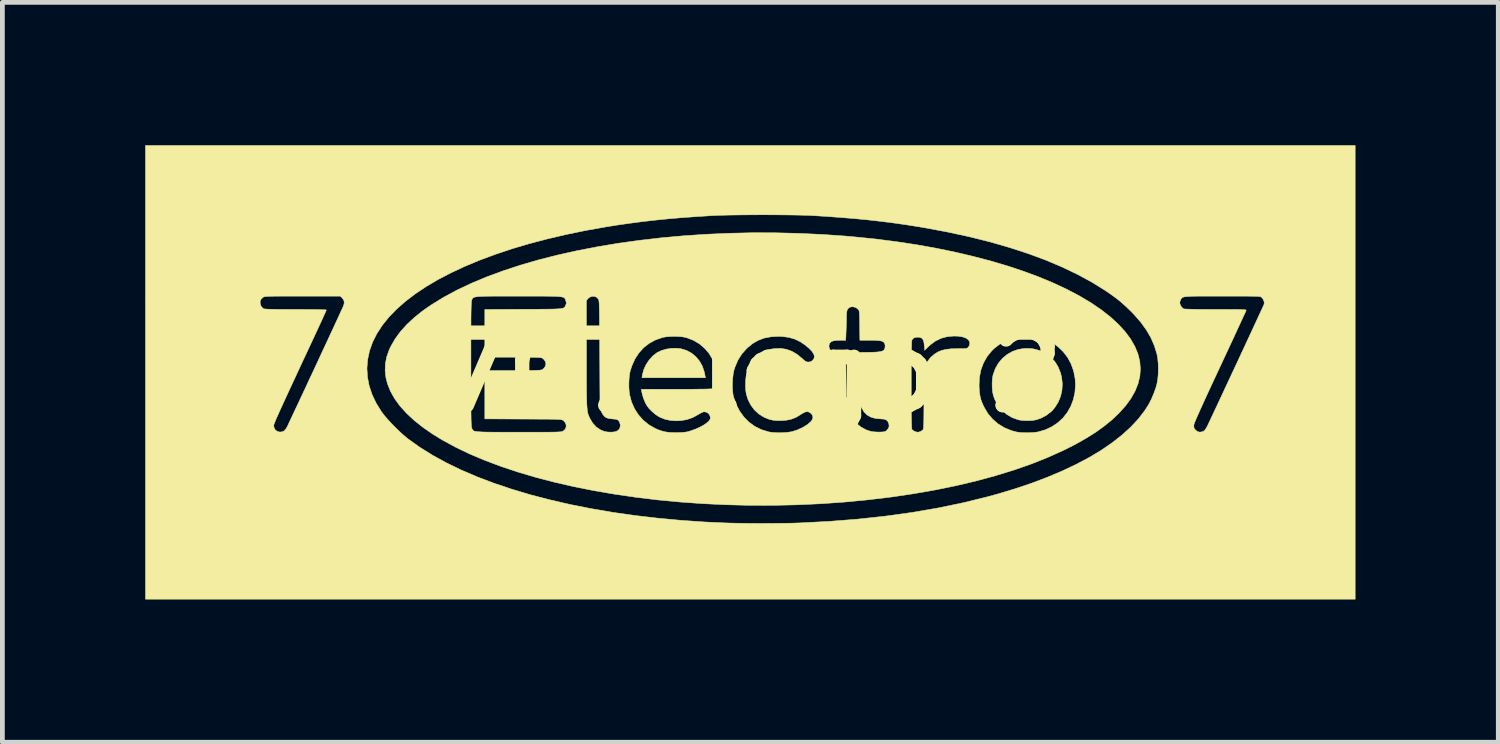
<source format=kicad_pcb>
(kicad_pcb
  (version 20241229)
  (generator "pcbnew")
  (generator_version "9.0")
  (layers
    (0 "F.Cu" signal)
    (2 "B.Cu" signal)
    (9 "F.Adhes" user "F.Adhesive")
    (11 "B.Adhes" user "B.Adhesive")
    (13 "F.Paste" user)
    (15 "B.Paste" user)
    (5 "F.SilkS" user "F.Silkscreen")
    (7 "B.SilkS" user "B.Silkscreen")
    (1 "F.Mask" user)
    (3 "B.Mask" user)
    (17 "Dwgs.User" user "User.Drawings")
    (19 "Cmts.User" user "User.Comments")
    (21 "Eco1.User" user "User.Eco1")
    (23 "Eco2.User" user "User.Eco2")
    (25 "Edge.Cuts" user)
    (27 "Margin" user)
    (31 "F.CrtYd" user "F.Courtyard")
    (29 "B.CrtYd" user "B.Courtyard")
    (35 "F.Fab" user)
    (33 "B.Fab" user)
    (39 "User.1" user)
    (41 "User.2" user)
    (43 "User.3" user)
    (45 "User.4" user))
  (footprint "707 logo 2"
    (layer "F.Cu")
    (at 12.705 4.768)
    (property "Reference" "707 logo 2" (at 0 0 0) (layer "F.SilkS") (effects (font (size 1.524 1.524) (thickness 0.3))))
    (attr through_hole)
    (fp_poly (pts (xy -1.458 -0.496) (xy -1.342 -0.461) (xy -1.237 -0.405) (xy -1.145 -0.329) (xy -1.067 -0.236) (xy -1.007 -0.128) (xy -0.967 -0.008) (xy -0.96 0.025) (xy -0.943 0.114) (xy -2.276 0.114) (xy -2.267 0.055) (xy -2.24 -0.052) (xy -2.191 -0.158) (xy -2.126 -0.257) (xy -2.048 -0.344) (xy -1.96 -0.413) (xy -1.954 -0.417) (xy -1.868 -0.457) (xy -1.767 -0.487) (xy -1.658 -0.504) (xy -1.549 -0.506) (xy -1.458 -0.496)) (stroke (width 0.01) (type solid)) (fill yes) (layer "F.SilkS"))
    (fp_poly (pts (xy 5.891 -0.5) (xy 5.953 -0.491) (xy 6.084 -0.455) (xy 6.202 -0.398) (xy 6.305 -0.322) (xy 6.393 -0.227) (xy 6.462 -0.116) (xy 6.513 0.011) (xy 6.536 0.103) (xy 6.551 0.242) (xy 6.543 0.377) (xy 6.514 0.506) (xy 6.465 0.625) (xy 6.397 0.733) (xy 6.313 0.827) (xy 6.212 0.905) (xy 6.097 0.965) (xy 6.001 0.997) (xy 5.932 1.009) (xy 5.849 1.014) (xy 5.762 1.013) (xy 5.68 1.006) (xy 5.626 0.996) (xy 5.498 0.95) (xy 5.383 0.882) (xy 5.283 0.796) (xy 5.199 0.693) (xy 5.135 0.575) (xy 5.102 0.484) (xy 5.086 0.405) (xy 5.078 0.312) (xy 5.077 0.215) (xy 5.084 0.122) (xy 5.097 0.052) (xy 5.144 -0.078) (xy 5.21 -0.194) (xy 5.293 -0.293) (xy 5.392 -0.375) (xy 5.503 -0.438) (xy 5.624 -0.481) (xy 5.754 -0.502) (xy 5.891 -0.5)) (stroke (width 0.01) (type solid)) (fill yes) (layer "F.SilkS"))
    (fp_poly (pts (xy 12.7 4.763) (xy -12.7 4.763) (xy -12.7 -1.488) (xy -10.293 -1.488) (xy -10.29 -1.433) (xy -10.279 -1.402) (xy -10.256 -1.367) (xy -10.23 -1.341) (xy -10.223 -1.337) (xy -10.209 -1.333) (xy -10.183 -1.33) (xy -10.142 -1.327) (xy -10.085 -1.325) (xy -10.01 -1.324) (xy -9.917 -1.322) (xy -9.802 -1.322) (xy -9.665 -1.321) (xy -9.547 -1.321) (xy -9.399 -1.321) (xy -9.267 -1.32) (xy -9.154 -1.319) (xy -9.06 -1.317) (xy -8.987 -1.315) (xy -8.935 -1.313) (xy -8.908 -1.311) (xy -8.903 -1.309) (xy -8.908 -1.295) (xy -8.923 -1.261) (xy -8.947 -1.208) (xy -8.978 -1.139) (xy -9.016 -1.055) (xy -9.06 -0.96) (xy -9.109 -0.855) (xy -9.161 -0.742) (xy -9.177 -0.709) (xy -9.288 -0.47) (xy -9.39 -0.253) (xy -9.481 -0.057) (xy -9.563 0.12) (xy -9.636 0.277) (xy -9.701 0.417) (xy -9.758 0.541) (xy -9.808 0.649) (xy -9.85 0.742) (xy -9.887 0.822) (xy -9.917 0.89) (xy -9.943 0.947) (xy -9.963 0.994) (xy -9.978 1.031) (xy -9.99 1.061) (xy -9.999 1.084) (xy -10.004 1.1) (xy -10.007 1.112) (xy -10.008 1.121) (xy -10.008 1.121) (xy -9.997 1.175) (xy -9.967 1.217) (xy -9.924 1.244) (xy -9.873 1.254) (xy -9.82 1.245) (xy -9.796 1.233) (xy -9.761 1.2) (xy -9.728 1.148) (xy -9.721 1.135) (xy -9.684 1.055) (xy -9.639 0.959) (xy -9.588 0.851) (xy -9.531 0.73) (xy -9.47 0.6) (xy -9.405 0.461) (xy -9.337 0.317) (xy -9.268 0.167) (xy -9.197 0.015) (xy -9.149 -0.086) (xy -8.05 -0.086) (xy -8.039 0.098) (xy -8.004 0.281) (xy -7.944 0.463) (xy -7.858 0.644) (xy -7.749 0.821) (xy -7.737 0.838) (xy -7.685 0.906) (xy -7.618 0.984) (xy -7.54 1.069) (xy -7.455 1.156) (xy -7.369 1.24) (xy -7.285 1.316) (xy -7.208 1.381) (xy -7.188 1.397) (xy -6.943 1.572) (xy -6.675 1.739) (xy -6.384 1.899) (xy -6.072 2.05) (xy -5.739 2.193) (xy -5.386 2.327) (xy -5.014 2.452) (xy -4.624 2.569) (xy -4.216 2.675) (xy -3.793 2.773) (xy -3.354 2.86) (xy -2.901 2.938) (xy -2.433 3.005) (xy -1.954 3.061) (xy -1.462 3.107) (xy -0.959 3.142) (xy -0.546 3.161) (xy -0.423 3.165) (xy -0.28 3.168) (xy -0.122 3.171) (xy 0.046 3.172) (xy 0.22 3.173) (xy 0.395 3.172) (xy 0.565 3.171) (xy 0.726 3.169) (xy 0.873 3.167) (xy 1 3.163) (xy 1.029 3.162) (xy 1.647 3.13) (xy 2.248 3.083) (xy 2.831 3.02) (xy 3.395 2.942) (xy 3.941 2.848) (xy 4.466 2.739) (xy 4.972 2.615) (xy 5.181 2.558) (xy 5.554 2.446) (xy 5.908 2.327) (xy 6.243 2.2) (xy 6.557 2.067) (xy 6.85 1.928) (xy 7.123 1.783) (xy 7.374 1.632) (xy 7.602 1.475) (xy 7.808 1.313) (xy 7.99 1.147) (xy 8.149 0.976) (xy 8.284 0.8) (xy 8.36 0.681) (xy 8.417 0.572) (xy 8.47 0.449) (xy 8.515 0.324) (xy 8.537 0.245) (xy 8.554 0.154) (xy 8.564 0.046) (xy 8.567 -0.07) (xy 8.564 -0.186) (xy 8.554 -0.293) (xy 8.537 -0.385) (xy 8.537 -0.385) (xy 8.483 -0.56) (xy 8.41 -0.728) (xy 8.315 -0.891) (xy 8.199 -1.052) (xy 8.059 -1.212) (xy 7.996 -1.277) (xy 7.9 -1.37) (xy 7.81 -1.452) (xy 7.803 -1.458) (xy 9.017 -1.458) (xy 9.027 -1.418) (xy 9.05 -1.377) (xy 9.082 -1.344) (xy 9.1 -1.333) (xy 9.12 -1.33) (xy 9.164 -1.328) (xy 9.23 -1.326) (xy 9.316 -1.324) (xy 9.42 -1.322) (xy 9.541 -1.321) (xy 9.676 -1.321) (xy 9.775 -1.321) (xy 9.919 -1.321) (xy 10.04 -1.321) (xy 10.14 -1.32) (xy 10.22 -1.32) (xy 10.283 -1.319) (xy 10.331 -1.317) (xy 10.365 -1.315) (xy 10.388 -1.313) (xy 10.402 -1.31) (xy 10.409 -1.306) (xy 10.411 -1.302) (xy 10.41 -1.299) (xy 10.404 -1.284) (xy 10.388 -1.248) (xy 10.362 -1.193) (xy 10.328 -1.119) (xy 10.286 -1.028) (xy 10.237 -0.922) (xy 10.182 -0.803) (xy 10.121 -0.671) (xy 10.055 -0.529) (xy 9.985 -0.379) (xy 9.911 -0.221) (xy 9.861 -0.114) (xy 9.763 0.097) (xy 9.675 0.286) (xy 9.597 0.454) (xy 9.53 0.601) (xy 9.472 0.728) (xy 9.424 0.835) (xy 9.384 0.924) (xy 9.354 0.994) (xy 9.332 1.047) (xy 9.319 1.083) (xy 9.313 1.104) (xy 9.313 1.105) (xy 9.312 1.148) (xy 9.322 1.179) (xy 9.335 1.198) (xy 9.381 1.239) (xy 9.433 1.256) (xy 9.49 1.248) (xy 9.513 1.238) (xy 9.546 1.21) (xy 9.579 1.161) (xy 9.587 1.146) (xy 9.6 1.12) (xy 9.622 1.073) (xy 9.653 1.008) (xy 9.691 0.927) (xy 9.736 0.83) (xy 9.788 0.721) (xy 9.844 0.6) (xy 9.905 0.47) (xy 9.969 0.332) (xy 10.036 0.189) (xy 10.105 0.041) (xy 10.175 -0.108) (xy 10.245 -0.258) (xy 10.314 -0.407) (xy 10.382 -0.552) (xy 10.447 -0.693) (xy 10.509 -0.826) (xy 10.567 -0.951) (xy 10.62 -1.066) (xy 10.667 -1.168) (xy 10.708 -1.256) (xy 10.741 -1.328) (xy 10.766 -1.383) (xy 10.782 -1.418) (xy 10.788 -1.432) (xy 10.79 -1.474) (xy 10.775 -1.52) (xy 10.749 -1.561) (xy 10.735 -1.575) (xy 10.728 -1.58) (xy 10.719 -1.584) (xy 10.707 -1.588) (xy 10.69 -1.591) (xy 10.665 -1.594) (xy 10.631 -1.596) (xy 10.586 -1.597) (xy 10.527 -1.598) (xy 10.454 -1.599) (xy 10.363 -1.6) (xy 10.254 -1.6) (xy 10.124 -1.6) (xy 9.971 -1.6) (xy 9.916 -1.6) (xy 9.75 -1.6) (xy 9.607 -1.6) (xy 9.485 -1.6) (xy 9.384 -1.599) (xy 9.3 -1.598) (xy 9.232 -1.595) (xy 9.178 -1.592) (xy 9.137 -1.588) (xy 9.106 -1.583) (xy 9.083 -1.576) (xy 9.067 -1.568) (xy 9.056 -1.558) (xy 9.048 -1.546) (xy 9.04 -1.532) (xy 9.036 -1.524) (xy 9.022 -1.489) (xy 9.017 -1.458) (xy 7.803 -1.458) (xy 7.719 -1.528) (xy 7.62 -1.602) (xy 7.508 -1.681) (xy 7.449 -1.721) (xy 7.171 -1.893) (xy 6.871 -2.056) (xy 6.547 -2.211) (xy 6.202 -2.357) (xy 5.834 -2.493) (xy 5.444 -2.62) (xy 5.034 -2.738) (xy 4.603 -2.846) (xy 4.152 -2.944) (xy 3.682 -3.032) (xy 3.553 -3.054) (xy 3.283 -3.097) (xy 3.017 -3.135) (xy 2.75 -3.169) (xy 2.479 -3.2) (xy 2.198 -3.227) (xy 1.904 -3.251) (xy 1.592 -3.274) (xy 1.302 -3.292) (xy 1.216 -3.296) (xy 1.108 -3.299) (xy 0.982 -3.302) (xy 0.84 -3.304) (xy 0.686 -3.306) (xy 0.524 -3.307) (xy 0.356 -3.308) (xy 0.187 -3.308) (xy 0.019 -3.307) (xy -0.144 -3.306) (xy -0.299 -3.304) (xy -0.443 -3.302) (xy -0.572 -3.299) (xy -0.682 -3.296) (xy -0.771 -3.292) (xy -0.781 -3.292) (xy -1.111 -3.271) (xy -1.42 -3.249) (xy -1.713 -3.224) (xy -1.992 -3.196) (xy -2.263 -3.165) (xy -2.529 -3.13) (xy -2.796 -3.092) (xy -3.032 -3.054) (xy -3.46 -2.978) (xy -3.872 -2.893) (xy -4.268 -2.8) (xy -4.649 -2.7) (xy -5.012 -2.592) (xy -5.358 -2.476) (xy -5.686 -2.354) (xy -5.995 -2.225) (xy -6.285 -2.09) (xy -6.555 -1.949) (xy -6.805 -1.802) (xy -7.034 -1.649) (xy -7.241 -1.491) (xy -7.426 -1.328) (xy -7.588 -1.161) (xy -7.726 -0.99) (xy -7.841 -0.814) (xy -7.931 -0.635) (xy -7.996 -0.453) (xy -8.035 -0.27) (xy -8.05 -0.086) (xy -9.149 -0.086) (xy -9.125 -0.138) (xy -9.054 -0.291) (xy -8.985 -0.441) (xy -8.917 -0.586) (xy -8.852 -0.725) (xy -8.791 -0.857) (xy -8.735 -0.978) (xy -8.684 -1.088) (xy -8.639 -1.185) (xy -8.602 -1.267) (xy -8.572 -1.331) (xy -8.551 -1.377) (xy -8.54 -1.403) (xy -8.538 -1.407) (xy -8.526 -1.465) (xy -8.536 -1.514) (xy -8.568 -1.56) (xy -8.572 -1.564) (xy -8.609 -1.6) (xy -9.4 -1.6) (xy -9.562 -1.6) (xy -9.7 -1.6) (xy -9.817 -1.6) (xy -9.914 -1.599) (xy -9.993 -1.599) (xy -10.057 -1.597) (xy -10.107 -1.596) (xy -10.146 -1.594) (xy -10.175 -1.592) (xy -10.196 -1.589) (xy -10.211 -1.585) (xy -10.222 -1.581) (xy -10.231 -1.576) (xy -10.232 -1.575) (xy -10.273 -1.537) (xy -10.293 -1.488) (xy -12.7 -1.488) (xy -12.7 -4.763) (xy 12.7 -4.763) (xy 12.7 4.763)) (stroke (width 0.01) (type solid)) (fill yes) (layer "F.SilkS"))
    (fp_poly (pts (xy 0.526 -2.93) (xy 1.018 -2.918) (xy 1.511 -2.895) (xy 2.005 -2.861) (xy 2.191 -2.844) (xy 2.633 -2.799) (xy 3.065 -2.744) (xy 3.487 -2.68) (xy 3.897 -2.607) (xy 4.295 -2.525) (xy 4.679 -2.435) (xy 5.049 -2.338) (xy 5.403 -2.233) (xy 5.74 -2.121) (xy 6.061 -2.002) (xy 6.363 -1.876) (xy 6.645 -1.744) (xy 6.908 -1.606) (xy 7.149 -1.463) (xy 7.368 -1.314) (xy 7.564 -1.16) (xy 7.728 -1.009) (xy 7.868 -0.856) (xy 7.984 -0.701) (xy 8.073 -0.546) (xy 8.138 -0.389) (xy 8.177 -0.233) (xy 8.19 -0.076) (xy 8.179 0.08) (xy 8.141 0.237) (xy 8.079 0.393) (xy 7.991 0.549) (xy 7.878 0.704) (xy 7.739 0.858) (xy 7.734 0.863) (xy 7.589 1) (xy 7.429 1.13) (xy 7.253 1.257) (xy 7.057 1.38) (xy 6.841 1.503) (xy 6.602 1.625) (xy 6.585 1.633) (xy 6.257 1.781) (xy 5.907 1.921) (xy 5.535 2.051) (xy 5.145 2.171) (xy 4.736 2.282) (xy 4.31 2.382) (xy 3.869 2.472) (xy 3.414 2.551) (xy 2.946 2.62) (xy 2.468 2.677) (xy 1.979 2.724) (xy 1.482 2.759) (xy 0.979 2.782) (xy 0.469 2.793) (xy -0.044 2.792) (xy -0.521 2.78) (xy -1.002 2.757) (xy -1.477 2.723) (xy -1.943 2.679) (xy -2.4 2.624) (xy -2.846 2.559) (xy -3.281 2.485) (xy -3.702 2.401) (xy -4.109 2.308) (xy -4.501 2.206) (xy -4.876 2.095) (xy -5.234 1.976) (xy -5.572 1.849) (xy -5.891 1.715) (xy -6.188 1.572) (xy -6.463 1.423) (xy -6.666 1.299) (xy -6.874 1.155) (xy -7.059 1.008) (xy -7.22 0.858) (xy -7.357 0.706) (xy -7.469 0.552) (xy -7.556 0.397) (xy -7.619 0.24) (xy -7.651 0.115) (xy -7.668 -0.034) (xy -7.664 -0.171) (xy -5.867 -0.171) (xy -5.867 0.041) (xy -5.867 0.23) (xy -5.867 0.395) (xy -5.867 0.54) (xy -5.866 0.665) (xy -5.866 0.773) (xy -5.865 0.863) (xy -5.864 0.939) (xy -5.863 1.001) (xy -5.861 1.051) (xy -5.859 1.09) (xy -5.857 1.12) (xy -5.855 1.142) (xy -5.852 1.159) (xy -5.849 1.17) (xy -5.847 1.176) (xy -5.84 1.191) (xy -5.833 1.204) (xy -5.825 1.216) (xy -5.814 1.225) (xy -5.798 1.233) (xy -5.775 1.239) (xy -5.743 1.244) (xy -5.701 1.248) (xy -5.648 1.251) (xy -5.58 1.254) (xy -5.497 1.255) (xy -5.396 1.256) (xy -5.277 1.256) (xy -5.137 1.257) (xy -4.974 1.257) (xy -4.864 1.257) (xy -4.692 1.257) (xy -4.543 1.257) (xy -4.415 1.257) (xy -4.308 1.256) (xy -4.219 1.256) (xy -4.146 1.255) (xy -4.087 1.254) (xy -4.041 1.252) (xy -4.006 1.25) (xy -3.98 1.248) (xy -3.961 1.245) (xy -3.947 1.241) (xy -3.937 1.237) (xy -3.928 1.233) (xy -3.928 1.232) (xy -3.888 1.195) (xy -3.868 1.148) (xy -3.869 1.098) (xy -3.891 1.049) (xy -3.928 1.011) (xy -3.936 1.005) (xy -3.945 1.001) (xy -3.957 0.997) (xy -3.974 0.994) (xy -3.998 0.991) (xy -4.031 0.989) (xy -4.074 0.987) (xy -4.13 0.985) (xy -4.201 0.984) (xy -4.289 0.983) (xy -4.394 0.983) (xy -4.521 0.982) (xy -4.669 0.981) (xy -4.77 0.981) (xy -5.575 0.977) (xy -5.575 -0.038) (xy -4.99 -0.038) (xy -4.85 -0.038) (xy -4.733 -0.039) (xy -4.637 -0.039) (xy -4.56 -0.04) (xy -4.499 -0.042) (xy -4.452 -0.044) (xy -4.418 -0.046) (xy -4.394 -0.05) (xy -4.377 -0.054) (xy -4.368 -0.057) (xy -4.331 -0.088) (xy -4.303 -0.132) (xy -4.293 -0.178) (xy -4.293 -0.178) (xy -4.303 -0.223) (xy -4.331 -0.267) (xy -4.368 -0.298) (xy -4.368 -0.298) (xy -4.38 -0.303) (xy -4.398 -0.307) (xy -4.425 -0.31) (xy -4.461 -0.312) (xy -4.511 -0.314) (xy -4.575 -0.316) (xy -4.656 -0.317) (xy -4.756 -0.317) (xy -4.878 -0.317) (xy -4.99 -0.318) (xy -5.575 -0.318) (xy -5.575 -1.32) (xy -4.766 -1.324) (xy -4.598 -1.324) (xy -4.454 -1.325) (xy -4.332 -1.326) (xy -4.23 -1.327) (xy -4.145 -1.328) (xy -4.077 -1.331) (xy -4.022 -1.334) (xy -3.981 -1.338) (xy -3.949 -1.343) (xy -3.926 -1.35) (xy -3.911 -1.358) (xy -3.899 -1.368) (xy -3.891 -1.38) (xy -3.885 -1.394) (xy -3.878 -1.409) (xy -3.865 -1.441) (xy -3.865 -1.468) (xy -3.875 -1.504) (xy -3.877 -1.511) (xy -3.442 -1.511) (xy -3.441 -0.39) (xy -3.441 -0.188) (xy -3.441 -0.01) (xy -3.441 0.147) (xy -3.44 0.283) (xy -3.439 0.401) (xy -3.438 0.501) (xy -3.436 0.586) (xy -3.434 0.658) (xy -3.43 0.718) (xy -3.426 0.767) (xy -3.422 0.808) (xy -3.416 0.842) (xy -3.409 0.87) (xy -3.401 0.896) (xy -3.391 0.919) (xy -3.381 0.942) (xy -3.369 0.967) (xy -3.368 0.969) (xy -3.307 1.07) (xy -3.234 1.149) (xy -3.148 1.207) (xy -3.07 1.239) (xy -3.013 1.251) (xy -2.948 1.256) (xy -2.884 1.254) (xy -2.831 1.245) (xy -2.814 1.24) (xy -2.779 1.219) (xy -2.752 1.193) (xy -2.751 1.192) (xy -2.733 1.147) (xy -2.732 1.094) (xy -2.748 1.043) (xy -2.76 1.024) (xy -2.777 1.005) (xy -2.795 0.994) (xy -2.822 0.986) (xy -2.865 0.981) (xy -2.898 0.978) (xy -2.971 0.969) (xy -3.024 0.953) (xy -3.064 0.925) (xy -3.097 0.883) (xy -3.12 0.841) (xy -3.156 0.768) (xy -3.159 0.306) (xy -2.55 0.306) (xy -2.545 0.392) (xy -2.536 0.465) (xy -2.536 0.465) (xy -2.495 0.621) (xy -2.432 0.764) (xy -2.349 0.893) (xy -2.248 1.006) (xy -2.13 1.102) (xy -1.995 1.179) (xy -1.942 1.203) (xy -1.861 1.231) (xy -1.78 1.251) (xy -1.693 1.262) (xy -1.592 1.266) (xy -1.524 1.265) (xy -1.447 1.263) (xy -1.388 1.258) (xy -1.339 1.252) (xy -1.293 1.241) (xy -1.245 1.226) (xy -1.148 1.191) (xy -1.059 1.151) (xy -0.981 1.108) (xy -0.918 1.065) (xy -0.871 1.023) (xy -0.844 0.984) (xy -0.838 0.96) (xy -0.849 0.909) (xy -0.877 0.866) (xy -0.918 0.838) (xy -0.965 0.828) (xy -0.987 0.831) (xy -1.017 0.843) (xy -1.057 0.864) (xy -1.086 0.881) (xy -1.206 0.948) (xy -1.33 0.992) (xy -1.462 1.014) (xy -1.551 1.018) (xy -1.677 1.01) (xy -1.788 0.986) (xy -1.891 0.946) (xy -1.911 0.936) (xy -1.986 0.888) (xy -2.061 0.825) (xy -2.128 0.757) (xy -2.172 0.698) (xy -2.206 0.636) (xy -2.238 0.559) (xy -2.264 0.479) (xy -2.28 0.41) (xy -2.288 0.356) (xy -1.554 0.356) (xy -1.38 0.355) (xy -1.226 0.355) (xy -1.092 0.353) (xy -0.981 0.352) (xy -0.892 0.35) (xy -0.827 0.347) (xy -0.785 0.344) (xy -0.771 0.342) (xy -0.731 0.325) (xy -0.726 0.32) (xy -0.376 0.32) (xy -0.37 0.41) (xy -0.36 0.486) (xy -0.353 0.514) (xy -0.298 0.673) (xy -0.224 0.815) (xy -0.133 0.941) (xy -0.026 1.048) (xy 0.096 1.136) (xy 0.233 1.203) (xy 0.381 1.249) (xy 0.387 1.251) (xy 0.466 1.262) (xy 0.56 1.268) (xy 0.66 1.268) (xy 0.758 1.262) (xy 0.845 1.251) (xy 0.874 1.245) (xy 0.988 1.209) (xy 1.096 1.16) (xy 1.193 1.101) (xy 1.271 1.035) (xy 1.276 1.03) (xy 1.307 0.982) (xy 1.314 0.934) (xy 1.296 0.888) (xy 1.272 0.862) (xy 1.233 0.835) (xy 1.194 0.825) (xy 1.149 0.834) (xy 1.094 0.862) (xy 1.061 0.883) (xy 0.966 0.941) (xy 0.873 0.98) (xy 0.773 1.003) (xy 0.673 1.012) (xy 0.569 1.014) (xy 0.481 1.006) (xy 0.401 0.988) (xy 0.32 0.957) (xy 0.284 0.94) (xy 0.178 0.874) (xy 0.085 0.788) (xy 0.009 0.686) (xy -0.05 0.569) (xy -0.083 0.462) (xy -0.098 0.371) (xy -0.102 0.267) (xy -0.098 0.161) (xy -0.086 0.062) (xy -0.077 0.021) (xy -0.032 -0.109) (xy 0.031 -0.223) (xy 0.112 -0.319) (xy 0.208 -0.396) (xy 0.32 -0.453) (xy 0.445 -0.489) (xy 0.497 -0.497) (xy 0.629 -0.503) (xy 0.753 -0.485) (xy 0.87 -0.443) (xy 0.983 -0.377) (xy 1.071 -0.305) (xy 1.116 -0.265) (xy 1.149 -0.238) (xy 1.175 -0.224) (xy 1.198 -0.217) (xy 1.22 -0.216) (xy 1.264 -0.222) (xy 1.298 -0.243) (xy 1.309 -0.253) (xy 1.338 -0.293) (xy 1.345 -0.336) (xy 1.332 -0.384) (xy 1.297 -0.437) (xy 1.24 -0.498) (xy 1.188 -0.542) (xy 1.651 -0.542) (xy 1.662 -0.496) (xy 1.684 -0.465) (xy 1.704 -0.448) (xy 1.726 -0.438) (xy 1.756 -0.433) (xy 1.802 -0.432) (xy 1.815 -0.432) (xy 1.869 -0.431) (xy 1.92 -0.428) (xy 1.957 -0.424) (xy 1.958 -0.424) (xy 2.004 -0.416) (xy 2.01 0.125) (xy 2.012 0.263) (xy 2.014 0.378) (xy 2.016 0.473) (xy 2.018 0.55) (xy 2.021 0.611) (xy 2.024 0.659) (xy 2.028 0.697) (xy 2.033 0.727) (xy 2.037 0.748) (xy 2.08 0.867) (xy 2.144 0.975) (xy 2.225 1.07) (xy 2.322 1.148) (xy 2.43 1.207) (xy 2.523 1.238) (xy 2.58 1.248) (xy 2.652 1.253) (xy 2.714 1.254) (xy 2.77 1.252) (xy 2.808 1.248) (xy 2.833 1.241) (xy 2.853 1.229) (xy 2.864 1.219) (xy 2.901 1.175) (xy 2.914 1.13) (xy 2.908 1.079) (xy 2.887 1.03) (xy 2.854 0.999) (xy 2.804 0.982) (xy 2.745 0.978) (xy 2.63 0.969) (xy 2.532 0.941) (xy 2.452 0.896) (xy 2.387 0.831) (xy 2.337 0.746) (xy 2.324 0.715) (xy 2.318 0.697) (xy 2.313 0.678) (xy 2.309 0.655) (xy 2.305 0.627) (xy 2.303 0.589) (xy 2.301 0.541) (xy 2.3 0.478) (xy 2.299 0.399) (xy 2.299 0.301) (xy 2.299 0.236) (xy 3.378 0.236) (xy 3.378 0.371) (xy 3.378 0.503) (xy 3.379 0.631) (xy 3.38 0.753) (xy 3.381 0.864) (xy 3.382 0.964) (xy 3.384 1.049) (xy 3.386 1.117) (xy 3.388 1.165) (xy 3.391 1.192) (xy 3.392 1.196) (xy 3.416 1.221) (xy 3.456 1.243) (xy 3.5 1.255) (xy 3.515 1.257) (xy 3.548 1.251) (xy 3.582 1.238) (xy 3.612 1.217) (xy 3.632 1.195) (xy 3.635 1.175) (xy 3.638 1.131) (xy 3.641 1.063) (xy 3.643 0.973) (xy 3.644 0.861) (xy 3.645 0.727) (xy 3.645 0.614) (xy 3.646 0.493) (xy 3.647 0.377) (xy 3.648 0.271) (xy 4.803 0.271) (xy 4.804 0.312) (xy 4.811 0.415) (xy 4.824 0.501) (xy 4.844 0.58) (xy 4.875 0.66) (xy 4.908 0.73) (xy 4.988 0.866) (xy 5.087 0.983) (xy 5.202 1.082) (xy 5.333 1.162) (xy 5.48 1.223) (xy 5.588 1.252) (xy 5.653 1.262) (xy 5.735 1.267) (xy 5.825 1.268) (xy 5.914 1.265) (xy 5.996 1.258) (xy 6.043 1.25) (xy 6.193 1.207) (xy 6.331 1.143) (xy 6.454 1.06) (xy 6.563 0.961) (xy 6.654 0.845) (xy 6.727 0.717) (xy 6.781 0.576) (xy 6.815 0.426) (xy 6.827 0.268) (xy 6.82 0.138) (xy 6.79 -0.021) (xy 6.739 -0.169) (xy 6.666 -0.306) (xy 6.573 -0.429) (xy 6.462 -0.536) (xy 6.378 -0.598) (xy 6.245 -0.671) (xy 6.104 -0.722) (xy 5.956 -0.751) (xy 5.806 -0.76) (xy 5.656 -0.748) (xy 5.509 -0.717) (xy 5.369 -0.665) (xy 5.239 -0.593) (xy 5.121 -0.503) (xy 5.071 -0.454) (xy 4.972 -0.332) (xy 4.896 -0.198) (xy 4.842 -0.053) (xy 4.811 0.103) (xy 4.803 0.271) (xy 3.648 0.271) (xy 3.648 0.269) (xy 3.65 0.172) (xy 3.652 0.088) (xy 3.654 0.022) (xy 3.657 -0.023) (xy 3.658 -0.038) (xy 3.681 -0.141) (xy 3.721 -0.23) (xy 3.782 -0.308) (xy 3.802 -0.327) (xy 3.87 -0.385) (xy 3.942 -0.429) (xy 4.02 -0.461) (xy 4.111 -0.482) (xy 4.216 -0.494) (xy 4.342 -0.497) (xy 4.353 -0.497) (xy 4.428 -0.497) (xy 4.482 -0.498) (xy 4.519 -0.5) (xy 4.543 -0.504) (xy 4.559 -0.511) (xy 4.571 -0.52) (xy 4.572 -0.521) (xy 4.6 -0.564) (xy 4.608 -0.615) (xy 4.602 -0.646) (xy 4.574 -0.688) (xy 4.524 -0.721) (xy 4.453 -0.745) (xy 4.362 -0.759) (xy 4.277 -0.762) (xy 4.137 -0.75) (xy 4.006 -0.715) (xy 3.885 -0.656) (xy 3.776 -0.575) (xy 3.745 -0.546) (xy 3.661 -0.463) (xy 3.653 -0.561) (xy 3.644 -0.634) (xy 3.627 -0.685) (xy 3.601 -0.717) (xy 3.562 -0.734) (xy 3.512 -0.739) (xy 3.452 -0.731) (xy 3.411 -0.705) (xy 3.392 -0.676) (xy 3.389 -0.658) (xy 3.387 -0.617) (xy 3.385 -0.555) (xy 3.383 -0.476) (xy 3.381 -0.381) (xy 3.38 -0.273) (xy 3.379 -0.155) (xy 3.378 -0.029) (xy 3.378 0.102) (xy 3.378 0.236) (xy 2.299 0.236) (xy 2.299 0.182) (xy 2.299 0.114) (xy 2.299 -0.419) (xy 2.448 -0.42) (xy 2.556 -0.422) (xy 2.642 -0.425) (xy 2.707 -0.432) (xy 2.755 -0.441) (xy 2.787 -0.454) (xy 2.807 -0.47) (xy 2.808 -0.47) (xy 2.827 -0.513) (xy 2.831 -0.564) (xy 2.819 -0.61) (xy 2.818 -0.612) (xy 2.802 -0.633) (xy 2.778 -0.649) (xy 2.742 -0.66) (xy 2.692 -0.667) (xy 2.623 -0.672) (xy 2.532 -0.673) (xy 2.509 -0.673) (xy 2.3 -0.673) (xy 2.296 -0.983) (xy 2.295 -1.08) (xy 2.293 -1.155) (xy 2.292 -1.211) (xy 2.289 -1.252) (xy 2.285 -1.28) (xy 2.281 -1.299) (xy 2.274 -1.312) (xy 2.267 -1.321) (xy 2.221 -1.357) (xy 2.168 -1.375) (xy 2.114 -1.375) (xy 2.069 -1.355) (xy 2.045 -1.33) (xy 2.029 -1.294) (xy 2.021 -1.243) (xy 2.019 -1.179) (xy 2.019 -1.127) (xy 2.017 -1.058) (xy 2.015 -0.979) (xy 2.012 -0.899) (xy 2.011 -0.873) (xy 2.003 -0.673) (xy 1.884 -0.673) (xy 1.798 -0.67) (xy 1.734 -0.659) (xy 1.691 -0.639) (xy 1.664 -0.608) (xy 1.652 -0.566) (xy 1.651 -0.542) (xy 1.188 -0.542) (xy 1.163 -0.564) (xy 1.051 -0.641) (xy 0.933 -0.698) (xy 0.804 -0.735) (xy 0.661 -0.753) (xy 0.584 -0.755) (xy 0.43 -0.746) (xy 0.29 -0.719) (xy 0.164 -0.671) (xy 0.046 -0.603) (xy -0.064 -0.513) (xy -0.074 -0.503) (xy -0.177 -0.388) (xy -0.259 -0.259) (xy -0.321 -0.115) (xy -0.346 -0.036) (xy -0.36 0.038) (xy -0.37 0.126) (xy -0.376 0.223) (xy -0.376 0.32) (xy -0.726 0.32) (xy -0.704 0.298) (xy -0.69 0.257) (xy -0.684 0.198) (xy -0.685 0.169) (xy -0.699 0.012) (xy -0.735 -0.136) (xy -0.792 -0.273) (xy -0.867 -0.397) (xy -0.96 -0.505) (xy -1.069 -0.598) (xy -1.194 -0.672) (xy -1.331 -0.725) (xy -1.359 -0.733) (xy -1.428 -0.746) (xy -1.513 -0.753) (xy -1.606 -0.755) (xy -1.698 -0.752) (xy -1.782 -0.744) (xy -1.841 -0.733) (xy -1.99 -0.681) (xy -2.123 -0.609) (xy -2.239 -0.519) (xy -2.339 -0.409) (xy -2.423 -0.28) (xy -2.489 -0.132) (xy -2.523 -0.026) (xy -2.536 0.039) (xy -2.545 0.122) (xy -2.55 0.213) (xy -2.55 0.306) (xy -3.159 0.306) (xy -3.162 -0.369) (xy -3.163 -0.565) (xy -3.164 -0.738) (xy -3.165 -0.888) (xy -3.167 -1.018) (xy -3.168 -1.129) (xy -3.169 -1.222) (xy -3.17 -1.299) (xy -3.172 -1.362) (xy -3.173 -1.413) (xy -3.175 -1.452) (xy -3.177 -1.482) (xy -3.18 -1.504) (xy -3.183 -1.52) (xy -3.186 -1.531) (xy -3.19 -1.539) (xy -3.192 -1.541) (xy -3.23 -1.578) (xy -3.278 -1.596) (xy -3.33 -1.595) (xy -3.38 -1.573) (xy -3.407 -1.55) (xy -3.442 -1.511) (xy -3.877 -1.511) (xy -3.881 -1.522) (xy -3.886 -1.538) (xy -3.894 -1.551) (xy -3.904 -1.562) (xy -3.92 -1.572) (xy -3.942 -1.58) (xy -3.973 -1.586) (xy -4.015 -1.591) (xy -4.068 -1.594) (xy -4.135 -1.597) (xy -4.217 -1.598) (xy -4.317 -1.599) (xy -4.435 -1.6) (xy -4.575 -1.6) (xy -4.737 -1.6) (xy -4.861 -1.6) (xy -5.039 -1.6) (xy -5.194 -1.6) (xy -5.327 -1.6) (xy -5.439 -1.599) (xy -5.533 -1.598) (xy -5.61 -1.596) (xy -5.673 -1.593) (xy -5.722 -1.59) (xy -5.76 -1.585) (xy -5.788 -1.579) (xy -5.809 -1.572) (xy -5.823 -1.563) (xy -5.833 -1.552) (xy -5.84 -1.54) (xy -5.846 -1.525) (xy -5.849 -1.519) (xy -5.852 -1.508) (xy -5.855 -1.493) (xy -5.857 -1.469) (xy -5.859 -1.438) (xy -5.861 -1.396) (xy -5.862 -1.343) (xy -5.864 -1.277) (xy -5.865 -1.197) (xy -5.866 -1.101) (xy -5.866 -0.988) (xy -5.867 -0.856) (xy -5.867 -0.704) (xy -5.867 -0.531) (xy -5.867 -0.334) (xy -5.867 -0.171) (xy -7.664 -0.171) (xy -7.663 -0.18) (xy -7.635 -0.325) (xy -7.583 -0.472) (xy -7.552 -0.538) (xy -7.461 -0.698) (xy -7.348 -0.854) (xy -7.211 -1.006) (xy -7.05 -1.155) (xy -6.866 -1.301) (xy -6.703 -1.414) (xy -6.443 -1.574) (xy -6.16 -1.727) (xy -5.855 -1.871) (xy -5.529 -2.007) (xy -5.184 -2.134) (xy -4.821 -2.253) (xy -4.441 -2.363) (xy -4.044 -2.464) (xy -3.634 -2.555) (xy -3.209 -2.637) (xy -2.773 -2.71) (xy -2.325 -2.772) (xy -1.868 -2.825) (xy -1.402 -2.867) (xy -0.928 -2.899) (xy -0.448 -2.92) (xy 0.037 -2.931) (xy 0.526 -2.93)) (stroke (width 0.01) (type solid)) (fill yes) (layer "F.SilkS")))
  (gr_rect
    (start -3 -3)
    (end 28.41 12.535)
    (stroke (width 0.1) (type default))
    (fill no)
    (layer "Edge.Cuts")))
</source>
